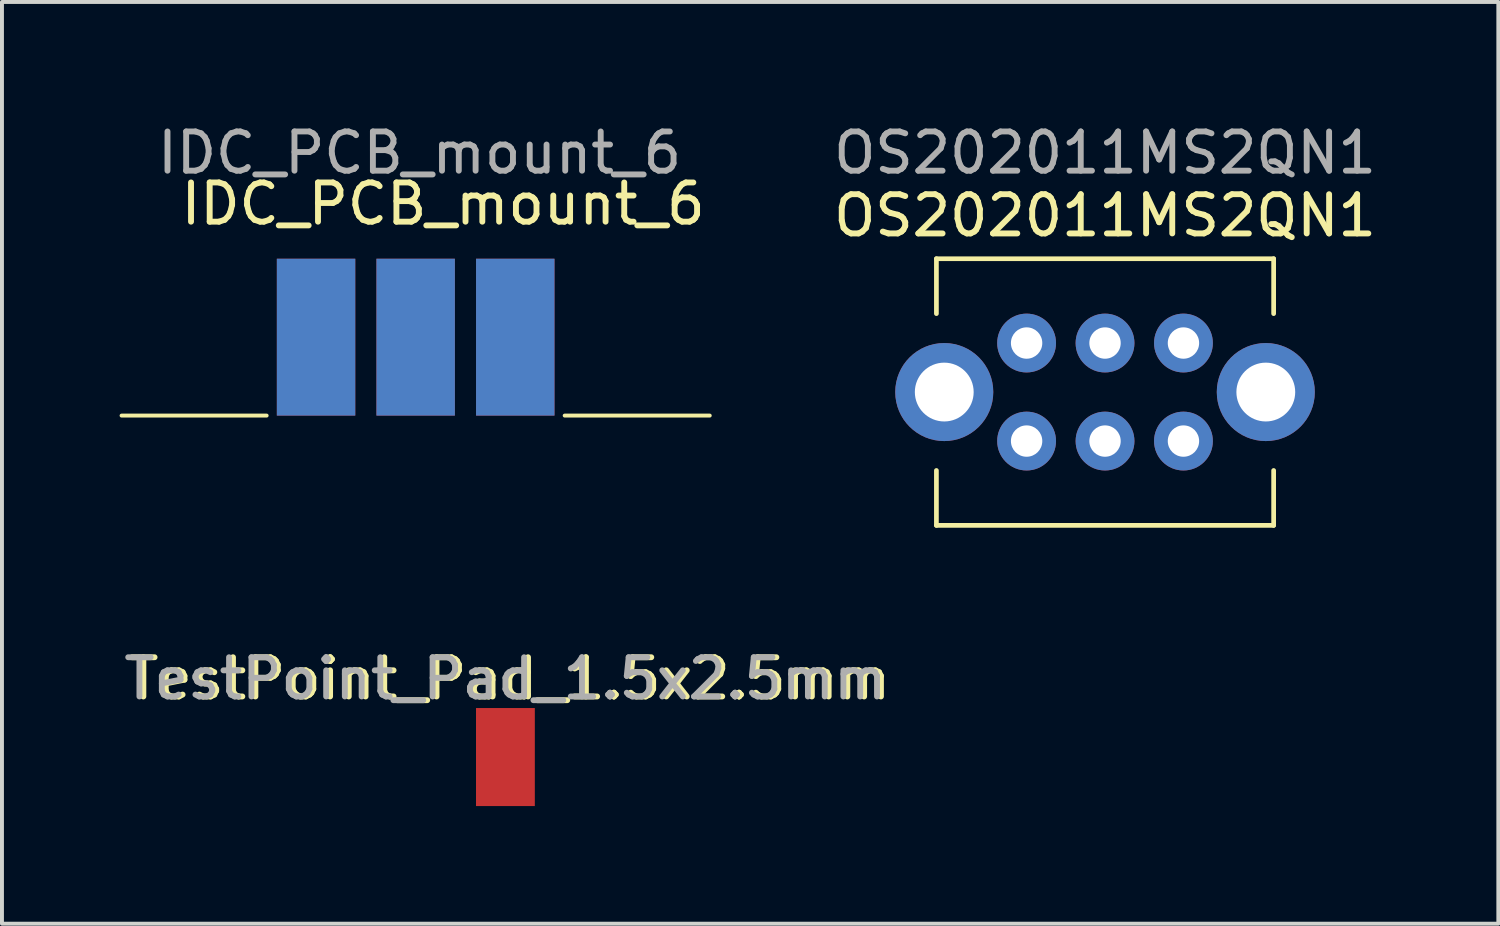
<source format=kicad_pcb>
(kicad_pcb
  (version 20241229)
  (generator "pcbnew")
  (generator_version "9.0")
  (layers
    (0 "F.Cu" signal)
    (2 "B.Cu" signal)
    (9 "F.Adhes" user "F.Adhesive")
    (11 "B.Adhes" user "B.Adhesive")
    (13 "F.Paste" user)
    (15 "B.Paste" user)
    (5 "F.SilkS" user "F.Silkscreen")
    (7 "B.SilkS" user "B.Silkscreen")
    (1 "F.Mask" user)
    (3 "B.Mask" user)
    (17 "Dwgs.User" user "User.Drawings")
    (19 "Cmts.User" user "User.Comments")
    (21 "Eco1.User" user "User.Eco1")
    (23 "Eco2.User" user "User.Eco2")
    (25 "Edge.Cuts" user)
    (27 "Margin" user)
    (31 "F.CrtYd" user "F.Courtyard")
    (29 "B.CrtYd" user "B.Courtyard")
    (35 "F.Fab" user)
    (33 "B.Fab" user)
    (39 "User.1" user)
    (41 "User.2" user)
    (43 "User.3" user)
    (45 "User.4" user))
  (footprint "IDC_PCB_mount_6"
    (layer "F.Cu")
    (at 7.55 5.548)
    (property "Reference" "IDC_PCB_mount_6" (at 0.7 -3.4 0) (layer "F.SilkS") (effects (font (size 1 1) (thickness 0.15))))
    (attr through_hole)
    (fp_line (start -3.8 2) (end -7.5 2) (stroke (width 0.1) (type default)) (layer "F.SilkS"))
    (fp_line (start 7.5 2) (end 3.8 2) (stroke (width 0.1) (type default)) (layer "F.SilkS"))
    (fp_text user "${REFERENCE}" (at 0.1 -4.7 0) (layer "F.Fab") (effects (font (size 1 1) (thickness 0.15))))
    (pad "1" smd rect (at -2.54 0) (size 2 4) (layers "B.Cu" "B.Mask"))
    (pad "2" smd rect (at -2.54 0) (size 2 4) (layers "F.Cu" "F.Mask"))
    (pad "3" smd rect (at 0 0) (size 2 4) (layers "B.Cu" "B.Mask"))
    (pad "4" smd rect (at 0 0) (size 2 4) (layers "F.Cu" "F.Mask"))
    (pad "5" smd rect (at 2.54 0) (size 2 4) (layers "B.Cu" "B.Mask"))
    (pad "6" smd rect (at 2.54 0) (size 2 4) (layers "F.Cu" "F.Mask")))
  (footprint "TestPoint_Pad_1.5x2.5mm"
    (layer "F.Cu")
    (at 9.839 16.256)
    (property "Reference" "TestPoint_Pad_1.5x2.5mm" (at 0.1 -2 0) (layer "F.SilkS") (effects (font (size 1 1) (thickness 0.15))))
    (attr exclude_from_pos_files exclude_from_bom)
    (fp_text user "${REFERENCE}" (at 0 -2 0) (layer "F.Fab") (effects (font (size 1 1) (thickness 0.15))))
    (pad "1" smd rect (at 0 0) (size 1.5 2.5) (layers "F.Cu" "F.Mask")))
  (footprint "OS202011MS2QN1"
    (layer "F.Cu")
    (at 25.13 6.948)
    (property "Reference" "OS202011MS2QN1" (at 0 -4.5 0) (layer "F.SilkS") (effects (font (size 1 1) (thickness 0.15))))
    (attr through_hole)
    (fp_line (start -4.3 -2) (end -4.3 -3.4) (stroke (width 0.12) (type solid)) (layer "F.SilkS"))
    (fp_line (start -4.3 3.4) (end -4.3 2) (stroke (width 0.12) (type solid)) (layer "F.SilkS"))
    (fp_line (start 4.3 -3.4) (end -4.3 -3.4) (stroke (width 0.12) (type solid)) (layer "F.SilkS"))
    (fp_line (start 4.3 -2) (end 4.3 -3.4) (stroke (width 0.12) (type solid)) (layer "F.SilkS"))
    (fp_line (start 4.3 3.4) (end -4.3 3.4) (stroke (width 0.12) (type solid)) (layer "F.SilkS"))
    (fp_line (start 4.3 3.4) (end 4.3 2) (stroke (width 0.12) (type solid)) (layer "F.SilkS"))
    (fp_text user "${REFERENCE}" (at 0 -6.1 0) (layer "F.Fab") (effects (font (size 1 1) (thickness 0.15))))
    (pad "" thru_hole circle (at -4.1 0) (size 2.5 2.5) (drill 1.5) (layers "*.Cu" "*.Mask"))
    (pad "" thru_hole circle (at 4.1 0) (size 2.5 2.5) (drill 1.5) (layers "*.Cu" "*.Mask"))
    (pad "1" thru_hole circle (at -2 -1.25) (size 1.5 1.5) (drill 0.8) (layers "*.Cu" "*.Mask"))
    (pad "2" thru_hole circle (at 0 -1.25) (size 1.5 1.5) (drill 0.8) (layers "*.Cu" "*.Mask"))
    (pad "3" thru_hole circle (at 2 -1.25) (size 1.5 1.5) (drill 0.8) (layers "*.Cu" "*.Mask"))
    (pad "4" thru_hole circle (at -2 1.25) (size 1.5 1.5) (drill 0.8) (layers "*.Cu" "*.Mask"))
    (pad "5" thru_hole circle (at 0 1.25) (size 1.5 1.5) (drill 0.8) (layers "*.Cu" "*.Mask"))
    (pad "6" thru_hole circle (at 2 1.25) (size 1.5 1.5) (drill 0.8) (layers "*.Cu" "*.Mask")))
  (gr_rect
    (start -3 -3)
    (end 35.16 20.506)
    (stroke (width 0.1) (type default))
    (fill no)
    (layer "Edge.Cuts")))
</source>
